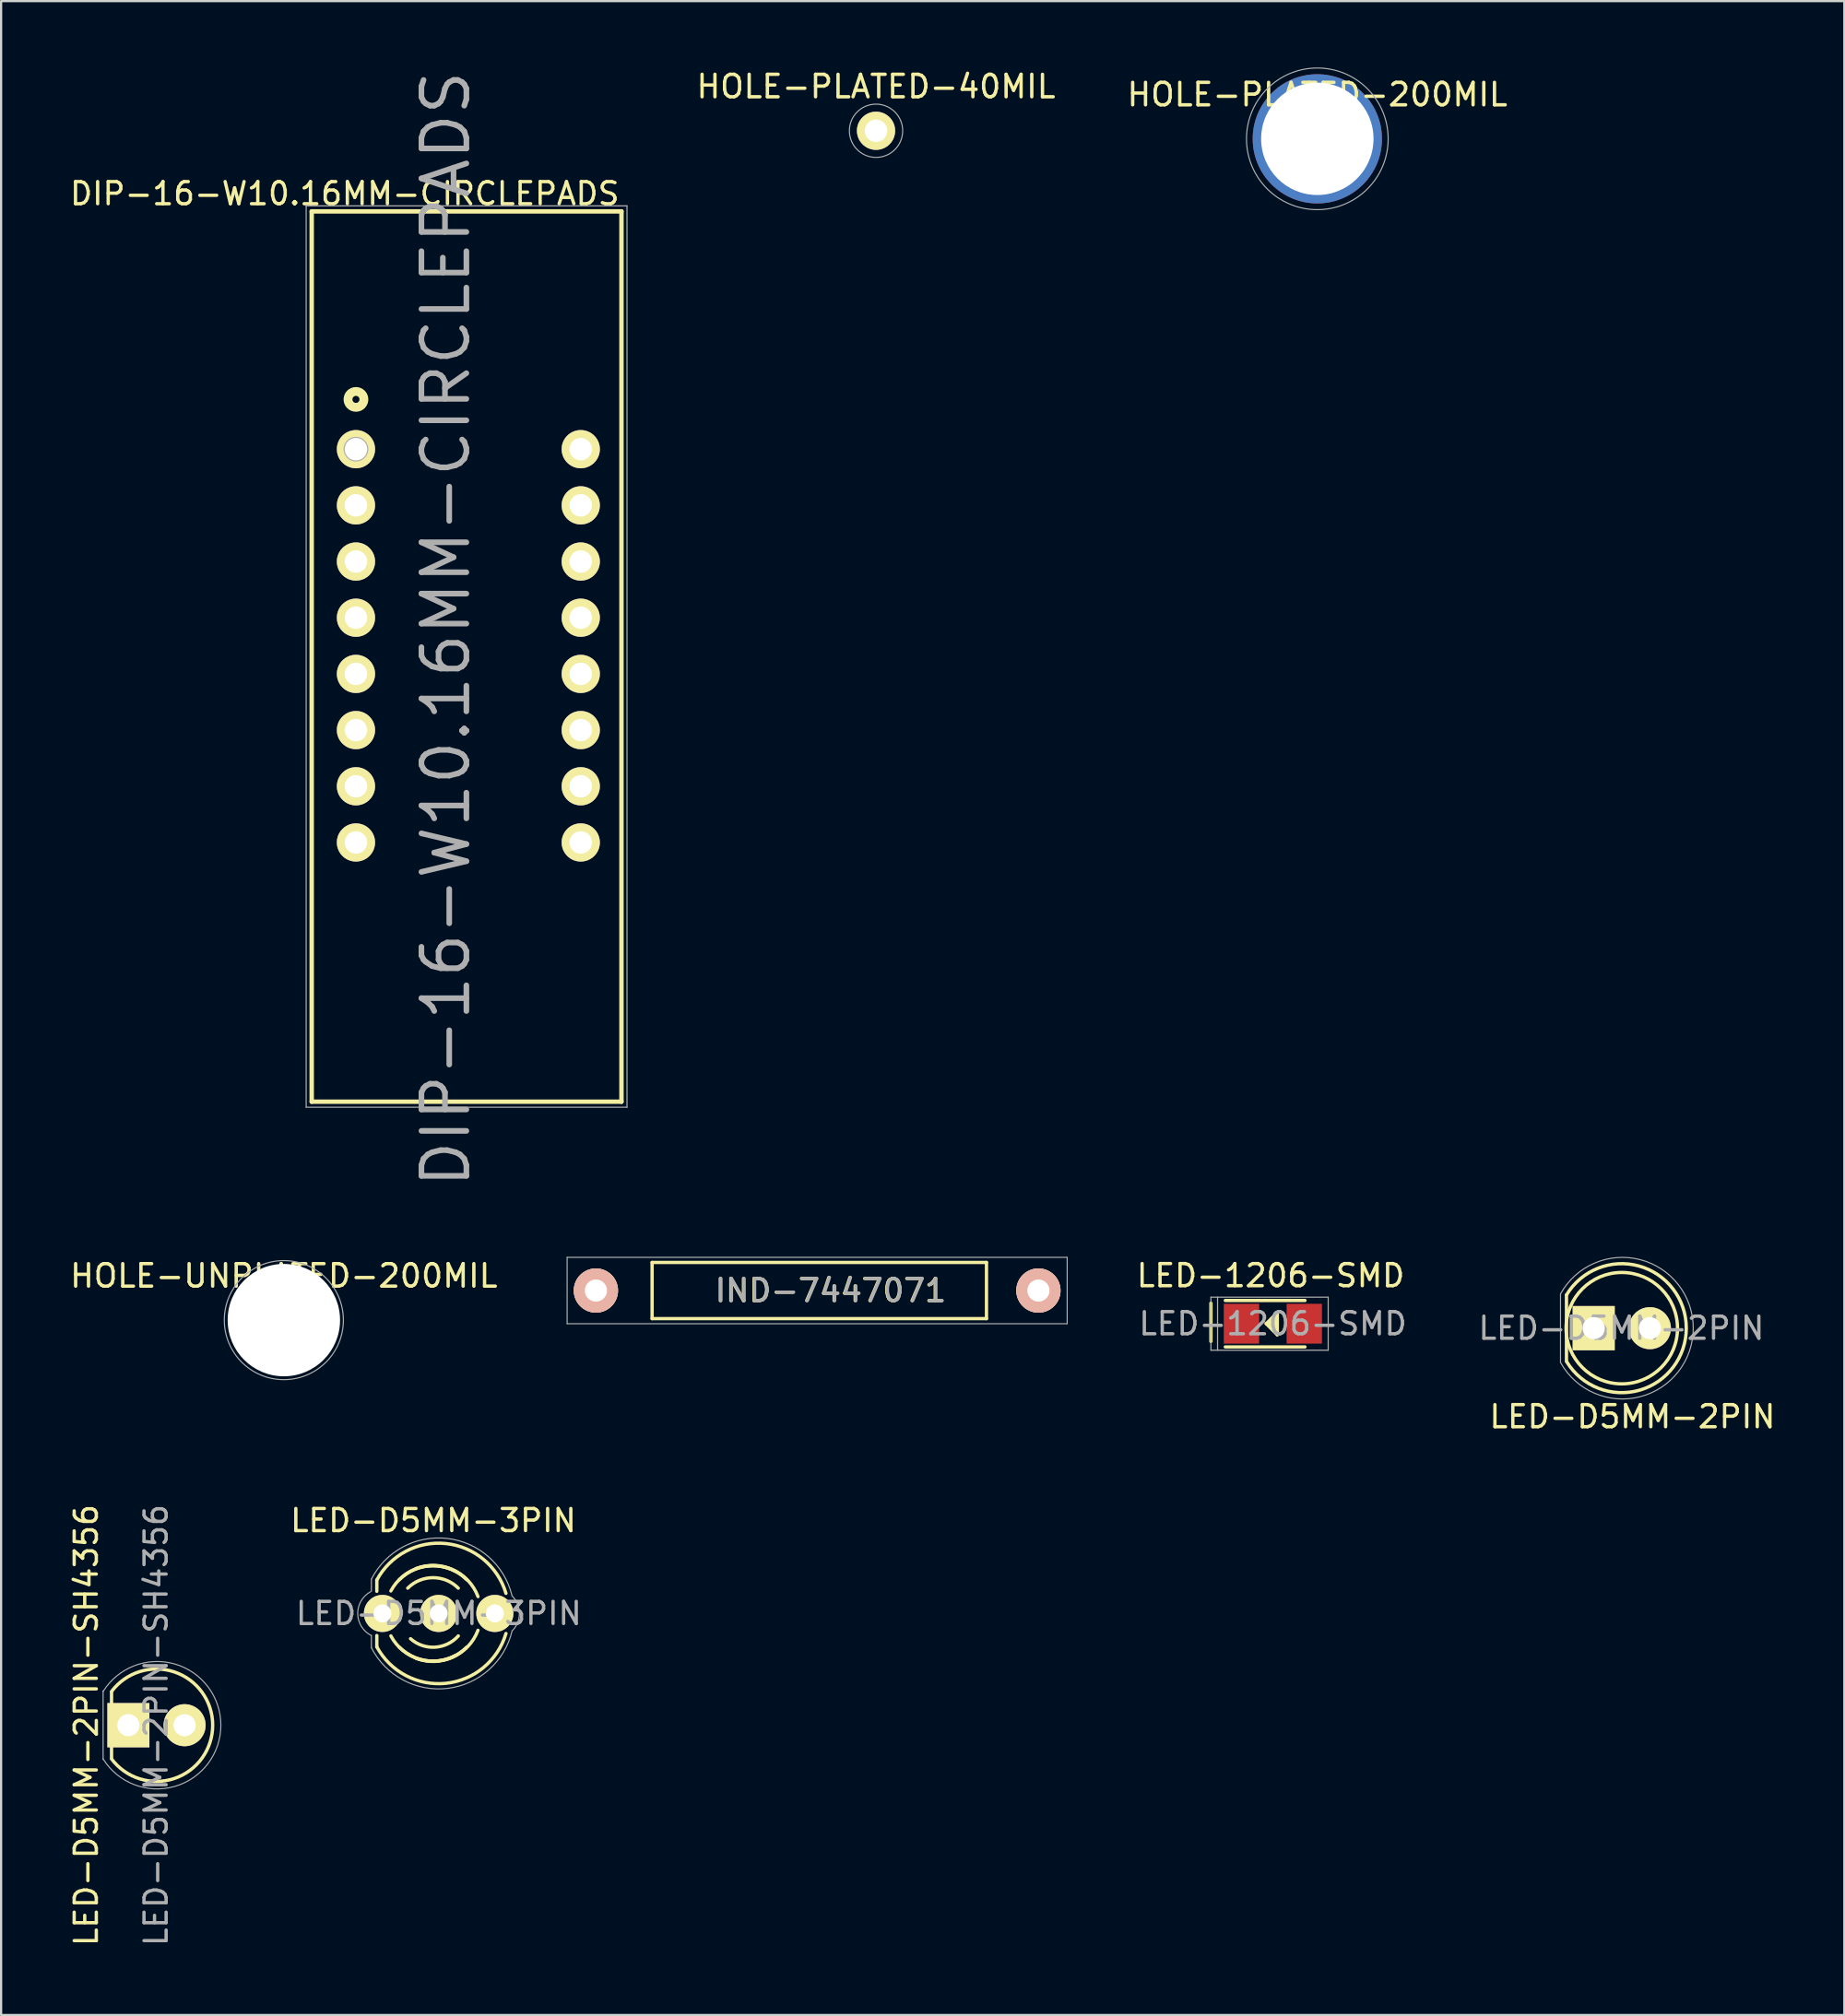
<source format=kicad_pcb>
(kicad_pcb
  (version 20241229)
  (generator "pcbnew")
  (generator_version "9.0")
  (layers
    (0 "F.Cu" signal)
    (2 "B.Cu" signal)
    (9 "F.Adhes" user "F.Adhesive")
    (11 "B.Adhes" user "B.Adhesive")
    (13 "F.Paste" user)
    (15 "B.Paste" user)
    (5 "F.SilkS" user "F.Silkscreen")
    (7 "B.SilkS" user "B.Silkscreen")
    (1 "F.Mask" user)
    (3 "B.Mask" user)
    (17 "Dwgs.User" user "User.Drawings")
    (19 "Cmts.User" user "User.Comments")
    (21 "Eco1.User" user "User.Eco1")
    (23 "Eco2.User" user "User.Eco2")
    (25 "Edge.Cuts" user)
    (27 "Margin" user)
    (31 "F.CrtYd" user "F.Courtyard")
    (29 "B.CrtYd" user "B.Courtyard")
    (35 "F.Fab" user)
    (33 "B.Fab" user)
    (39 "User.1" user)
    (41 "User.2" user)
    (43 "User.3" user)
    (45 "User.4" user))
  (footprint "HOLE-PLATED-200MIL"
    (layer "F.Cu")
    (at 56.489 3.226)
    (property "Reference" "HOLE-PLATED-200MIL" (at 0 -2 0) (layer "F.SilkS") (effects (font (size 1.016 1.016) (thickness 0.152))))
    (attr through_hole)
    (fp_circle (center 0 0) (end 2.5 2) (stroke (width 0.05) (type solid)) (fill no) (layer "F.Fab"))
    (pad "" thru_hole circle (at 0 0) (size 5.842 5.842) (drill 5.08) (layers "*.Cu" "*.Mask")))
  (footprint "DIP-16-W10.16MM-CIRCLEPADS"
    (layer "F.Cu")
    (at 13.038 17.256)
    (property "Reference" "DIP-16-W10.16MM-CIRCLEPADS" (at 4.064 8.128 90) (layer "F.Fab") (effects (font (size 2.032 2.032) (thickness 0.254))))
    (attr through_hole)
    (fp_line (start -2 -10.75) (end -2 29.5) (stroke (width 0.2) (type solid)) (layer "F.SilkS"))
    (fp_line (start -2 -10.75) (end 12 -10.75) (stroke (width 0.2) (type solid)) (layer "F.SilkS"))
    (fp_line (start 12 -10.75) (end 12 29.5) (stroke (width 0.2) (type solid)) (layer "F.SilkS"))
    (fp_line (start 12 29.5) (end -2 29.5) (stroke (width 0.2) (type solid)) (layer "F.SilkS"))
    (fp_circle (center 0 -2.25) (end 0.254 -1.996) (stroke (width 0.4) (type solid)) (fill no) (layer "F.SilkS"))
    (fp_line (start -2.25 -11) (end -2.25 29.75) (stroke (width 0.051) (type solid)) (layer "F.Fab"))
    (fp_line (start -2.25 29.75) (end 12.25 29.75) (stroke (width 0.051) (type solid)) (layer "F.Fab"))
    (fp_line (start 12.25 -11) (end -2.25 -11) (stroke (width 0.051) (type solid)) (layer "F.Fab"))
    (fp_line (start 12.25 29.75) (end 12.25 -11) (stroke (width 0.051) (type solid)) (layer "F.Fab"))
    (fp_circle (center 0 0) (end 0.254 0.254) (stroke (width 0.4) (type solid)) (fill no) (layer "F.Fab"))
    (fp_text user "${REFERENCE}" (at -0.508 -11.552 0) (layer "F.SilkS") (effects (font (size 1 1) (thickness 0.15))))
    (pad "1" thru_hole circle (at 0 0) (size 1.727 1.727) (drill 1.016) (layers "*.Cu" "*.Mask" "F.SilkS"))
    (pad "2" thru_hole circle (at 0 2.54) (size 1.727 1.727) (drill 1.016) (layers "*.Cu" "*.Mask" "F.SilkS"))
    (pad "3" thru_hole circle (at 0 5.08) (size 1.727 1.727) (drill 1.016) (layers "*.Cu" "*.Mask" "F.SilkS"))
    (pad "4" thru_hole circle (at 0 7.62) (size 1.727 1.727) (drill 1.016) (layers "*.Cu" "*.Mask" "F.SilkS"))
    (pad "5" thru_hole circle (at 0 10.16) (size 1.727 1.727) (drill 1.016) (layers "*.Cu" "*.Mask" "F.SilkS"))
    (pad "6" thru_hole circle (at 0 12.7) (size 1.727 1.727) (drill 1.016) (layers "*.Cu" "*.Mask" "F.SilkS"))
    (pad "7" thru_hole circle (at 0 15.24) (size 1.727 1.727) (drill 1.016) (layers "*.Cu" "*.Mask" "F.SilkS"))
    (pad "8" thru_hole circle (at 0 17.78) (size 1.727 1.727) (drill 1.016) (layers "*.Cu" "*.Mask" "F.SilkS"))
    (pad "9" thru_hole circle (at 10.16 17.78) (size 1.727 1.727) (drill 1.016) (layers "*.Cu" "*.Mask" "F.SilkS"))
    (pad "10" thru_hole circle (at 10.16 15.24) (size 1.727 1.727) (drill 1.016) (layers "*.Cu" "*.Mask" "F.SilkS"))
    (pad "11" thru_hole circle (at 10.16 12.7) (size 1.727 1.727) (drill 1.016) (layers "*.Cu" "*.Mask" "F.SilkS"))
    (pad "12" thru_hole circle (at 10.16 10.16) (size 1.727 1.727) (drill 1.016) (layers "*.Cu" "*.Mask" "F.SilkS"))
    (pad "13" thru_hole circle (at 10.16 7.62) (size 1.727 1.727) (drill 1.016) (layers "*.Cu" "*.Mask" "F.SilkS"))
    (pad "14" thru_hole circle (at 10.16 5.08) (size 1.727 1.727) (drill 1.016) (layers "*.Cu" "*.Mask" "F.SilkS"))
    (pad "15" thru_hole circle (at 10.16 2.54) (size 1.727 1.727) (drill 1.016) (layers "*.Cu" "*.Mask" "F.SilkS"))
    (pad "16" thru_hole circle (at 10.16 0) (size 1.727 1.727) (drill 1.016) (layers "*.Cu" "*.Mask" "F.SilkS")))
  (footprint "HOLE-PLATED-40MIL"
    (layer "F.Cu")
    (at 36.544 2.862)
    (property "Reference" "HOLE-PLATED-40MIL" (at 0 -2 0) (layer "F.SilkS") (effects (font (size 1.016 1.016) (thickness 0.152))))
    (attr through_hole)
    (fp_circle (center 0 0) (end 0.9 0.8) (stroke (width 0.05) (type solid)) (fill no) (layer "F.Fab"))
    (pad "1" thru_hole circle (at 0 0) (size 1.727 1.727) (drill 1.016) (layers "*.Cu" "*.Mask" "F.SilkS")))
  (footprint "HOLE-UNPLATED-200MIL"
    (layer "F.Cu")
    (at 9.779 56.63)
    (property "Reference" "HOLE-UNPLATED-200MIL" (at 0 -2 0) (layer "F.SilkS") (effects (font (size 1.016 1.016) (thickness 0.152))))
    (attr through_hole)
    (fp_circle (center 0 0) (end 1.8 2) (stroke (width 0.05) (type solid)) (fill no) (layer "F.Fab"))
    (pad "" np_thru_hole circle (at 0 0) (size 5.08 5.08) (drill 5.08) (layers "*.Cu")))
  (footprint "LED-D5MM-2PIN-SH4356"
    (layer "F.Cu")
    (at 2.753 74.943)
    (property "Reference" "LED-D5MM-2PIN-SH4356" (at 1.25 0 270) (layer "F.Fab") (effects (font (size 1 1) (thickness 0.15))))
    (attr through_hole)
    (fp_line (start -0.762 1.5) (end -0.762 -1.5) (stroke (width 0.15) (type solid)) (layer "F.SilkS"))
    (fp_arc (start -0.762 -1.524) (mid 3.81 0) (end -0.762 1.524) (stroke (width 0.15) (type solid)) (layer "F.SilkS"))
    (fp_line (start -1.143 -1.55) (end -1.143 1.55) (stroke (width 0.05) (type solid)) (layer "F.Fab"))
    (fp_arc (start -1.143 -1.524) (mid 4.179379 0) (end -1.143 1.524) (stroke (width 0.05) (type solid)) (layer "F.Fab"))
    (fp_text user "${REFERENCE}" (at -1.905 0 90) (layer "F.SilkS") (effects (font (size 1 1) (thickness 0.15))))
    (pad "1" thru_hole rect (at 0 0 90) (size 2 1.9) (drill 1.001) (layers "*.Cu" "*.Mask" "F.SilkS"))
    (pad "2" thru_hole circle (at 2.54 0) (size 1.9 1.9) (drill 1.001) (layers "*.Cu" "*.Mask" "F.SilkS")))
  (footprint "LED-1206-SMD"
    (layer "F.Cu")
    (at 54.48 56.792)
    (property "Reference" "LED-1206-SMD" (at 0 0 0) (layer "F.Fab") (effects (font (size 1 1) (thickness 0.15))))
    (attr smd)
    (fp_line (start -2.8 -0.925) (end -2.8 0.8) (stroke (width 0.152) (type solid)) (layer "F.SilkS"))
    (fp_line (start -2.15 -1.05) (end 1.45 -1.05) (stroke (width 0.15) (type solid)) (layer "F.SilkS"))
    (fp_line (start -2.15 1.05) (end 1.45 1.05) (stroke (width 0.15) (type solid)) (layer "F.SilkS"))
    (fp_line (start -0.3 0) (end 0.2 -0.5) (stroke (width 0.15) (type solid)) (layer "F.SilkS"))
    (fp_line (start -0.2 0) (end 0 -0.2) (stroke (width 0.15) (type solid)) (layer "F.SilkS"))
    (fp_line (start 0 -0.2) (end 0 0.05) (stroke (width 0.15) (type solid)) (layer "F.SilkS"))
    (fp_line (start 0 0.05) (end -0.05 0) (stroke (width 0.15) (type solid)) (layer "F.SilkS"))
    (fp_line (start 0.1 -0.3) (end 0.1 0.3) (stroke (width 0.15) (type solid)) (layer "F.SilkS"))
    (fp_line (start 0.1 0.3) (end -0.2 0) (stroke (width 0.15) (type solid)) (layer "F.SilkS"))
    (fp_line (start 0.2 -0.5) (end 0.2 0.5) (stroke (width 0.15) (type solid)) (layer "F.SilkS"))
    (fp_line (start 0.2 0.5) (end -0.3 0) (stroke (width 0.15) (type solid)) (layer "F.SilkS"))
    (fp_line (start -2.8 -1.2) (end -2.8 1.2) (stroke (width 0.051) (type solid)) (layer "F.Fab"))
    (fp_line (start -2.8 1.2) (end 2.5 1.2) (stroke (width 0.051) (type solid)) (layer "F.Fab"))
    (fp_line (start -2.5 -1.2) (end -2.5 1.2) (stroke (width 0.051) (type solid)) (layer "F.Fab"))
    (fp_line (start 2.5 -1.2) (end -2.8 -1.2) (stroke (width 0.051) (type solid)) (layer "F.Fab"))
    (fp_line (start 2.5 1.2) (end 2.5 -1.2) (stroke (width 0.051) (type solid)) (layer "F.Fab"))
    (fp_text user "${REFERENCE}" (at -0.1 -2.175 0) (layer "F.SilkS") (effects (font (size 1 1) (thickness 0.15))))
    (pad "1" smd rect (at -1.42 0 180) (size 1.598 1.801) (layers "F.Cu" "F.Mask" "F.Paste"))
    (pad "2" smd rect (at 1.42 0 180) (size 1.598 1.801) (layers "F.Cu" "F.Mask" "F.Paste")))
  (footprint "IND-7447071"
    (layer "F.Cu")
    (at 23.883 55.293)
    (property "Reference" "IND-7447071" (at 10.625 0 0) (layer "F.Fab") (effects (font (size 1 1) (thickness 0.15))))
    (attr through_hole)
    (fp_line (start 2.54 -1.27) (end 17.653 -1.27) (stroke (width 0.15) (type solid)) (layer "F.SilkS"))
    (fp_line (start 2.54 1.27) (end 2.54 -1.27) (stroke (width 0.15) (type solid)) (layer "F.SilkS"))
    (fp_line (start 17.653 -1.27) (end 17.653 1.27) (stroke (width 0.15) (type solid)) (layer "F.SilkS"))
    (fp_line (start 17.653 1.27) (end 2.54 1.27) (stroke (width 0.15) (type solid)) (layer "F.SilkS"))
    (fp_line (start -1.3 -1.5) (end -1.3 1.5) (stroke (width 0.05) (type solid)) (layer "F.Fab"))
    (fp_line (start -1.3 1.5) (end 21.3 1.5) (stroke (width 0.05) (type solid)) (layer "F.Fab"))
    (fp_line (start 21.3 -1.5) (end -1.3 -1.5) (stroke (width 0.05) (type solid)) (layer "F.Fab"))
    (fp_line (start 21.3 1.5) (end 21.3 -1.5) (stroke (width 0.05) (type solid)) (layer "F.Fab"))
    (fp_text user "${REFERENCE}" (at 10.6 0 0) (layer "F.SilkS") (effects (font (size 1 1) (thickness 0.15))))
    (pad "1" thru_hole circle (at 0 0) (size 1.999 1.999) (drill 1.001) (layers "*.Cu" "*.SilkS" "*.Mask"))
    (pad "2" thru_hole circle (at 20 0) (size 1.999 1.999) (drill 1.001) (layers "*.Cu" "*.SilkS" "*.Mask")))
  (footprint "LED-D5MM-3PIN"
    (layer "F.Cu")
    (at 14.235 69.89)
    (property "Reference" "LED-D5MM-3PIN" (at 2.545 0 0) (layer "F.Fab") (effects (font (size 1 1) (thickness 0.15))))
    (attr through_hole)
    (fp_line (start -0.254 -1.51) (end -0.254 -1) (stroke (width 0.15) (type solid)) (layer "F.SilkS"))
    (fp_line (start -0.254 1) (end -0.254 1.51) (stroke (width 0.15) (type solid)) (layer "F.SilkS"))
    (fp_arc (start -0.254 -1.51) (mid 2.865841 -3.159171) (end 5.583388 -0.907925) (stroke (width 0.15) (type solid)) (layer "F.SilkS"))
    (fp_arc (start 0.381 -1.016) (mid 1.657382 -2.065459) (end 3.302 -1.905) (stroke (width 0.15) (type solid)) (layer "F.SilkS"))
    (fp_arc (start 0.762 -1.524) (mid 2.286 -2.155261) (end 3.81 -1.524) (stroke (width 0.15) (type solid)) (layer "F.SilkS"))
    (fp_arc (start 1.143 -1.143) (mid 2.286 -1.616446) (end 3.429 -1.143) (stroke (width 0.15) (type solid)) (layer "F.SilkS"))
    (fp_arc (start 1.524 -2.032) (mid 3.184026 -1.975656) (end 4.318 -0.762) (stroke (width 0.15) (type solid)) (layer "F.SilkS"))
    (fp_arc (start 3.302 1.905) (mid 1.657382 2.065459) (end 0.381 1.016) (stroke (width 0.15) (type solid)) (layer "F.SilkS"))
    (fp_arc (start 3.429 1.016) (mid 2.375803 1.526644) (end 1.27 1.143) (stroke (width 0.15) (type solid)) (layer "F.SilkS"))
    (fp_arc (start 3.81 1.524) (mid 2.286 2.155261) (end 0.762 1.524) (stroke (width 0.15) (type solid)) (layer "F.SilkS"))
    (fp_arc (start 4.318 0.762) (mid 3.184026 1.975656) (end 1.524 2.032) (stroke (width 0.15) (type solid)) (layer "F.SilkS"))
    (fp_arc (start 5.583388 0.907925) (mid 2.865841 3.159172) (end -0.254 1.51) (stroke (width 0.15) (type solid)) (layer "F.SilkS"))
    (fp_line (start -0.5 -1) (end -0.5 -1.55) (stroke (width 0.05) (type solid)) (layer "F.Fab"))
    (fp_line (start -0.5 1) (end -0.5 1.55) (stroke (width 0.05) (type solid)) (layer "F.Fab"))
    (fp_arc (start -0.5 -1.55) (mid 2.927211 -3.390305) (end 5.851209 -0.82462) (stroke (width 0.05) (type solid)) (layer "F.Fab"))
    (fp_arc (start -0.5 1) (mid -1.117885 0.018243) (end -0.532364 -0.983152) (stroke (width 0.05) (type solid)) (layer "F.Fab"))
    (fp_arc (start 5.85 -0.8) (mid 6.190158 -0.021213) (end 5.88 0.77) (stroke (width 0.05) (type solid)) (layer "F.Fab"))
    (fp_arc (start 5.862399 0.778308) (mid 2.95087 3.387519) (end -0.5 1.55) (stroke (width 0.05) (type solid)) (layer "F.Fab"))
    (fp_text user "${REFERENCE}" (at 2.3 -4.2 0) (layer "F.SilkS") (effects (font (size 1 1) (thickness 0.15))))
    (pad "1" thru_hole circle (at 0 0 180) (size 1.676 1.676) (drill 0.813) (layers "*.Cu" "*.Mask" "F.SilkS"))
    (pad "2" thru_hole circle (at 2.54 0 180) (size 1.676 1.676) (drill 0.813) (layers "*.Cu" "*.Mask" "F.SilkS"))
    (pad "3" thru_hole circle (at 5.08 0 180) (size 1.676 1.676) (drill 0.813) (layers "*.Cu" "*.Mask" "F.SilkS")))
  (footprint "LED-D5MM-2PIN"
    (layer "F.Cu")
    (at 68.98 56.994)
    (property "Reference" "LED-D5MM-2PIN" (at 1.25 0 0) (layer "F.Fab") (effects (font (size 1 1) (thickness 0.15))))
    (attr through_hole)
    (fp_line (start -1.23 1.5) (end -1.23 -1.5) (stroke (width 0.15) (type solid)) (layer "F.SilkS"))
    (fp_arc (start -1.23 -1.5) (mid 4.18544 -0.014565) (end -1.214888 1.524904) (stroke (width 0.15) (type solid)) (layer "F.SilkS"))
    (fp_circle (center 1.27 0) (end 0.97 -2.5) (stroke (width 0.15) (type solid)) (fill no) (layer "F.SilkS"))
    (fp_line (start -1.5 -1.55) (end -1.5 1.55) (stroke (width 0.05) (type solid)) (layer "F.Fab"))
    (fp_arc (start -1.498248 -1.55316) (mid 4.50039 0.001807) (end -1.5 1.55) (stroke (width 0.05) (type solid)) (layer "F.Fab"))
    (fp_text user "${REFERENCE}" (at 1.75 4 0) (layer "F.SilkS") (effects (font (size 1 1) (thickness 0.15))))
    (pad "1" thru_hole rect (at 0 0 90) (size 2 1.9) (drill 1.001) (layers "*.Cu" "*.Mask" "F.SilkS"))
    (pad "2" thru_hole circle (at 2.54 0) (size 1.9 1.9) (drill 1.001) (layers "*.Cu" "*.Mask" "F.SilkS")))
  (gr_rect
    (start -3 -3)
    (end 80.308 88.045)
    (stroke (width 0.1) (type default))
    (fill no)
    (layer "Edge.Cuts")))
</source>
